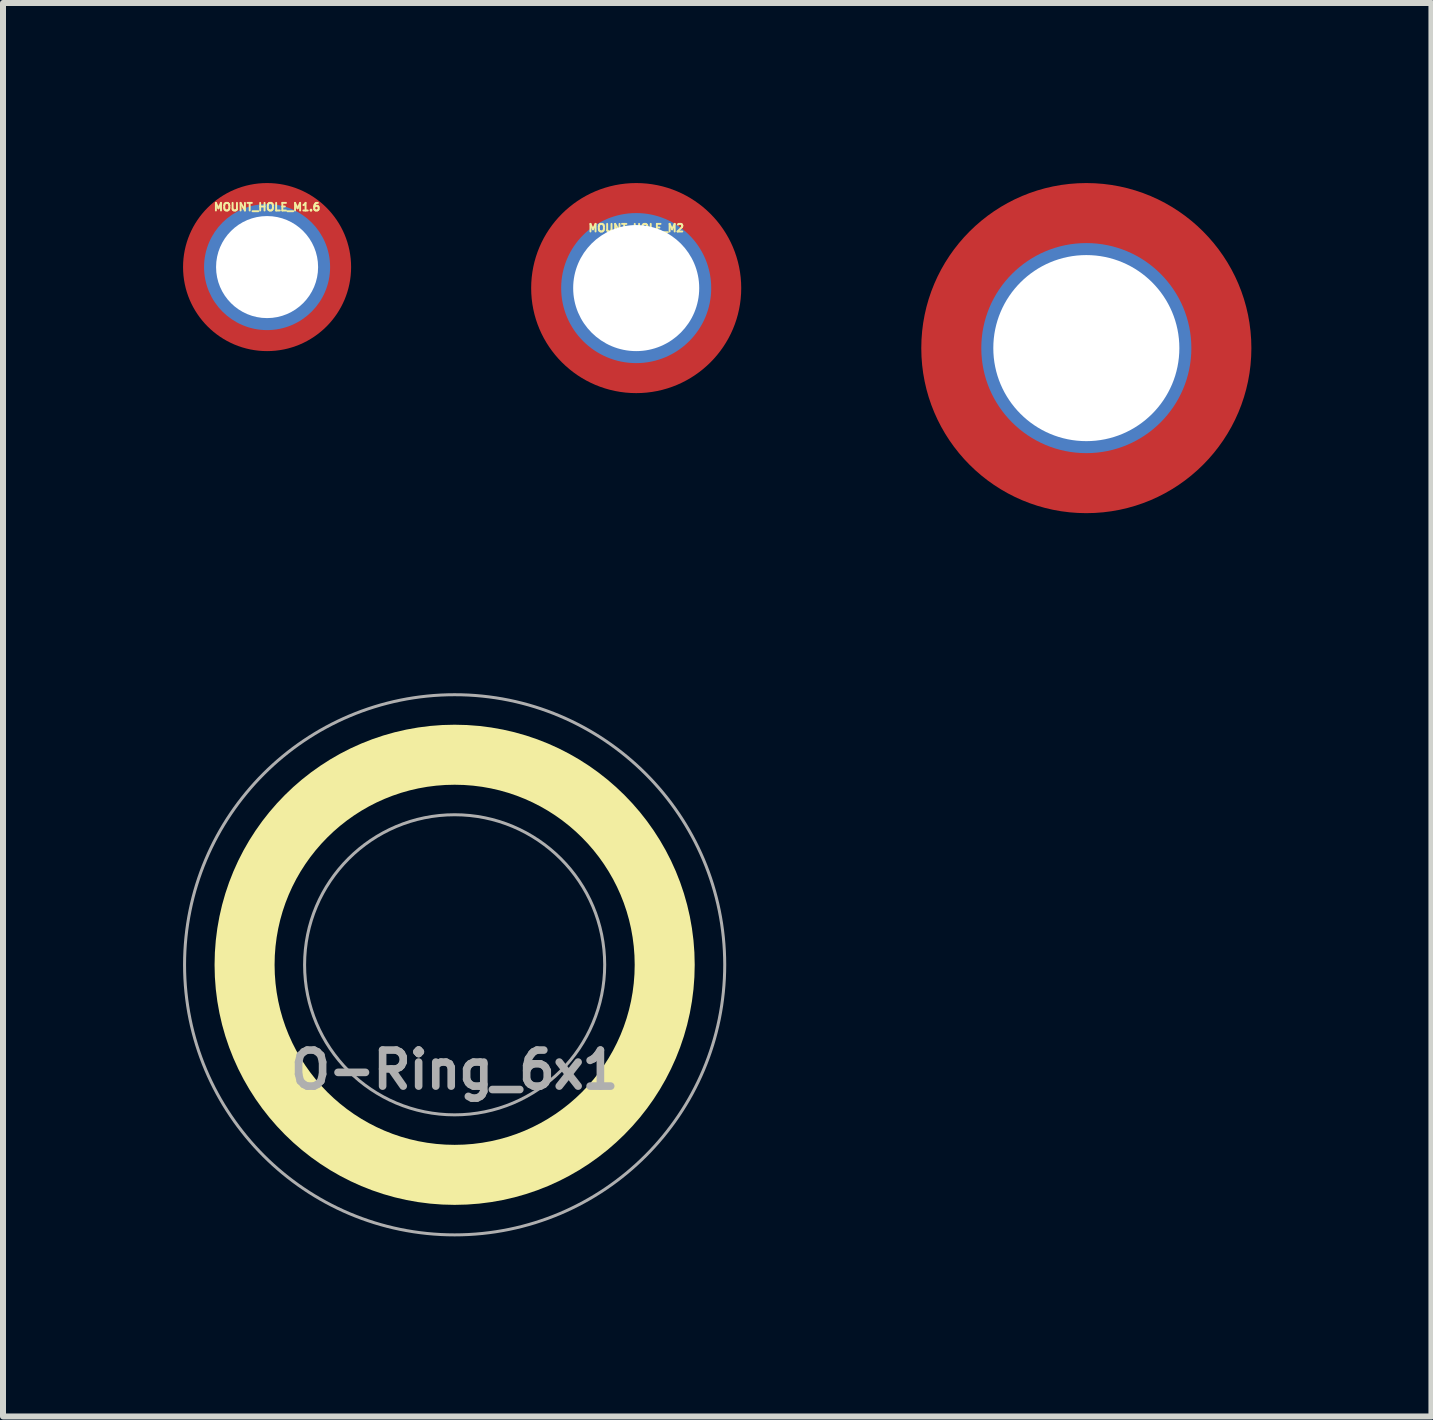
<source format=kicad_pcb>
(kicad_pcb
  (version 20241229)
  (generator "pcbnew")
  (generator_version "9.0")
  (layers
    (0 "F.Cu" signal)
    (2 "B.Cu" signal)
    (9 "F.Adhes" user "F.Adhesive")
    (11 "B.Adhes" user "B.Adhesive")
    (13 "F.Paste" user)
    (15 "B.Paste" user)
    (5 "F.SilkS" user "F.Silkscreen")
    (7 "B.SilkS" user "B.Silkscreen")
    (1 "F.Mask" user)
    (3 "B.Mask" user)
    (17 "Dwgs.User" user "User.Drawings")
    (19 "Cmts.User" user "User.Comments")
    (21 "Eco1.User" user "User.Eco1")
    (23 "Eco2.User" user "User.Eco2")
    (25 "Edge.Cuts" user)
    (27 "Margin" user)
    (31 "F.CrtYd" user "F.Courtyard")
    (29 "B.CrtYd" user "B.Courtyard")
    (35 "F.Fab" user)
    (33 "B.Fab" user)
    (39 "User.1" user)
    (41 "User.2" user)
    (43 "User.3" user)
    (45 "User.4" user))
  (footprint "MOUNT_HOLE_M3"
    (layer "F.Cu")
    (at 15.05 2.75)
    (property "Reference" "MOUNT_HOLE_M3" (at 0 -1 0) (layer "F.SilkS") (effects (font (size 0.001 0.001) (thickness 0.15))))
    (attr exclude_from_pos_files exclude_from_bom)
    (pad "1" thru_hole circle (at 0 0) (size 3.5 3.5) (drill 3.1) (layers "*.Cu" "*.Mask"))
    (pad "1" connect circle (at 0 0) (size 5.5 5.5) (layers "F.Cu" "F.Mask")))
  (footprint "MOUNT_HOLE_M2"
    (layer "F.Cu")
    (at 7.55 1.75)
    (property "Reference" "MOUNT_HOLE_M2" (at 0 -1 0) (layer "F.SilkS") (effects (font (size 0.127 0.127) (thickness 0.032))))
    (attr exclude_from_pos_files exclude_from_bom)
    (pad "1" thru_hole circle (at 0 0) (size 2.5 2.5) (drill 2.1) (layers "*.Cu" "*.Mask"))
    (pad "1" connect circle (at 0 0) (size 3.5 3.5) (layers "F.Cu" "F.Mask")))
  (footprint "MOUNT_HOLE_M1.6"
    (layer "F.Cu")
    (at 1.4 1.4)
    (property "Reference" "MOUNT_HOLE_M1.6" (at 0 -1 0) (layer "F.SilkS") (effects (font (size 0.127 0.127) (thickness 0.032))))
    (attr exclude_from_pos_files exclude_from_bom)
    (pad "1" thru_hole circle (at 0 0) (size 2.1 2.1) (drill 1.7) (layers "*.Cu" "*.Mask"))
    (pad "1" connect circle (at 0 0) (size 2.8 2.8) (layers "F.Cu" "F.Mask")))
  (footprint "O-Ring_6x1"
    (layer "F.Cu")
    (at 4.525 13.025)
    (property "Reference" "O-Ring_6x1" (at 0 1.75 0) (layer "F.Fab") (effects (font (size 0.6 0.6) (thickness 0.127))))
    (attr exclude_from_pos_files exclude_from_bom)
    (fp_circle (center 0 0) (end 3.5 0) (stroke (width 1) (type solid)) (fill no) (layer "F.SilkS"))
    (fp_circle (center 0 0) (end 2.5 0) (stroke (width 0.05) (type solid)) (fill no) (layer "F.Fab"))
    (fp_circle (center 0 0) (end 4.5 0) (stroke (width 0.05) (type solid)) (fill no) (layer "F.Fab")))
  (gr_rect
    (start -3 -3)
    (end 20.8 20.55)
    (stroke (width 0.1) (type default))
    (fill no)
    (layer "Edge.Cuts")))
</source>
